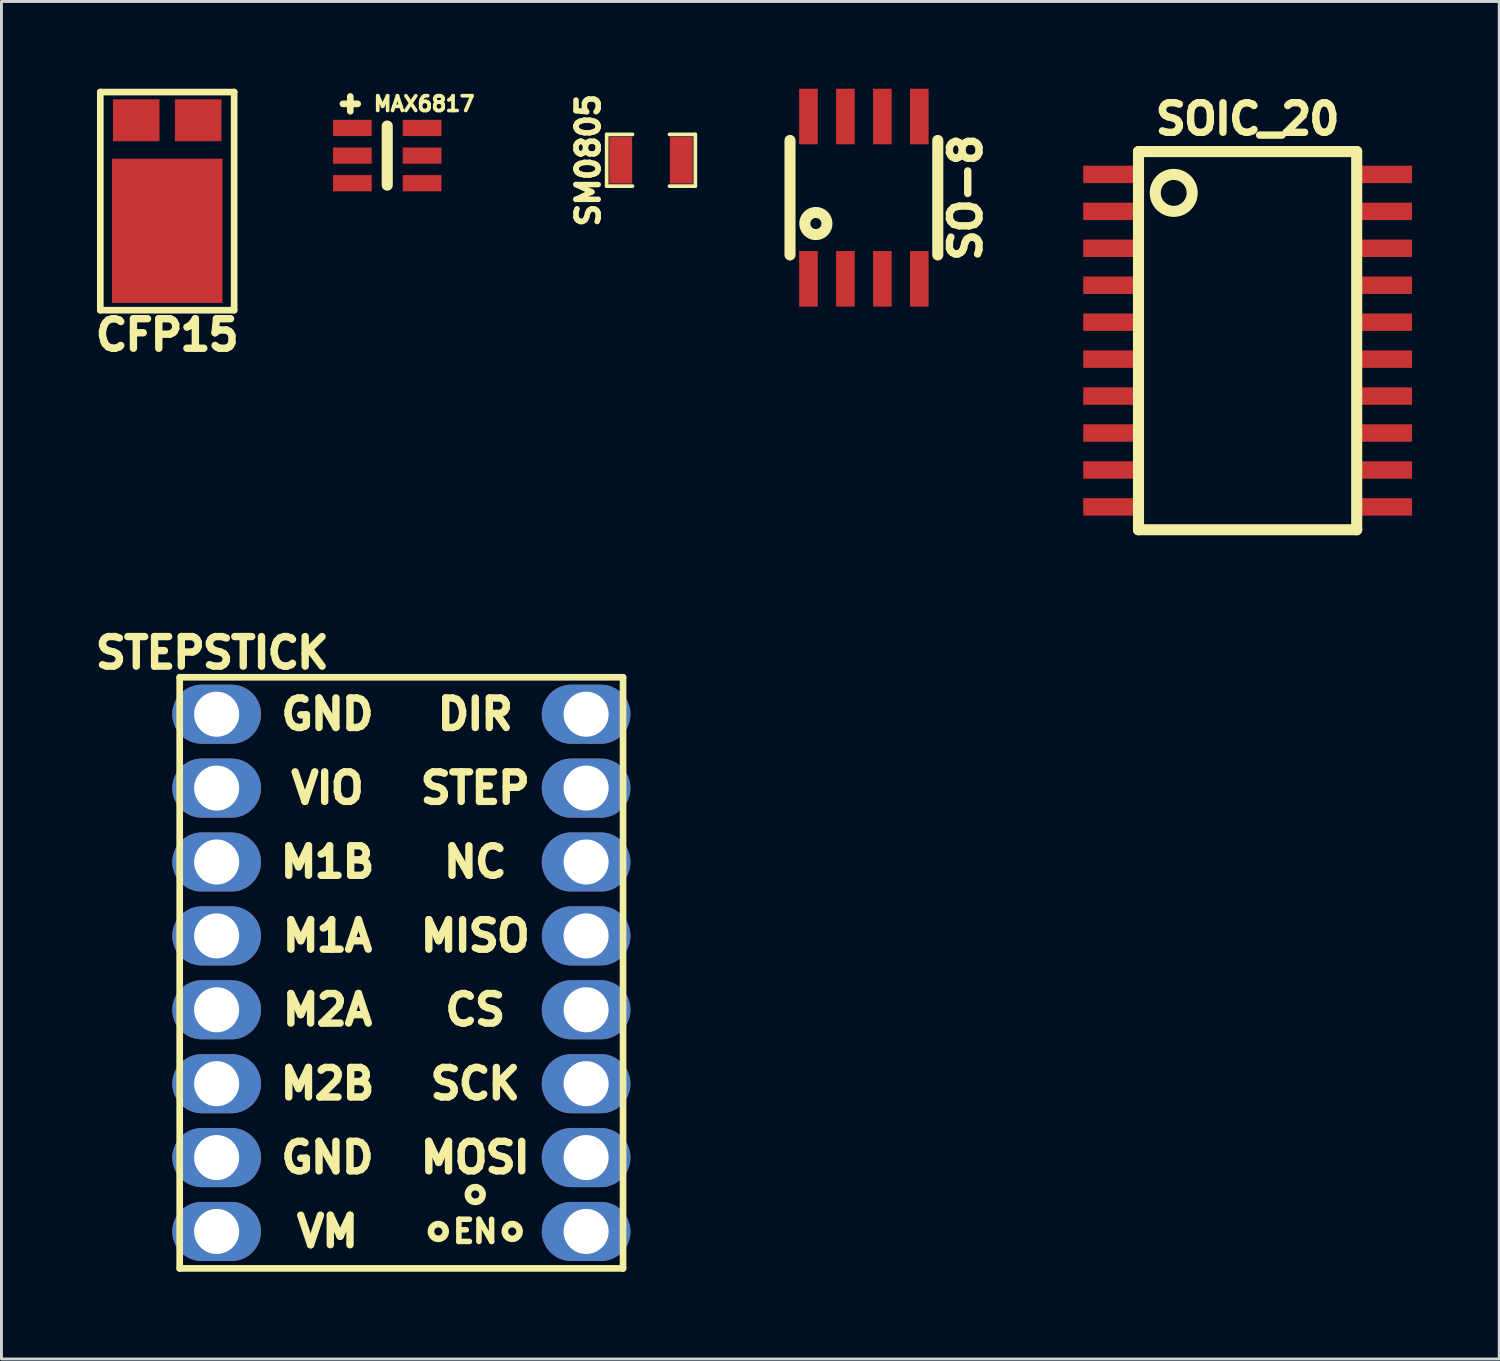
<source format=kicad_pcb>
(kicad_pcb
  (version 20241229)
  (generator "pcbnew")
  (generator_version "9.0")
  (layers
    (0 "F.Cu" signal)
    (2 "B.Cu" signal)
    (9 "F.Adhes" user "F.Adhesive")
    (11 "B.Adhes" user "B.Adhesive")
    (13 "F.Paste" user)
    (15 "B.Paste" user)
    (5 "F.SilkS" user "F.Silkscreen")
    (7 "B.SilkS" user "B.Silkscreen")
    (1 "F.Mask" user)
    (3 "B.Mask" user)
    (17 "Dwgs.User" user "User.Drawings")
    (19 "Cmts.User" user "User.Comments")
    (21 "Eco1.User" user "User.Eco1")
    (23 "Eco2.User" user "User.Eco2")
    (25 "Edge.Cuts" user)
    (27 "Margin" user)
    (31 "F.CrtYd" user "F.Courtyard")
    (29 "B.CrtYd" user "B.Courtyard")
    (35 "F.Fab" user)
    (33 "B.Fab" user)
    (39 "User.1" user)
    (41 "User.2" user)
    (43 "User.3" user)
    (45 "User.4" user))
  (footprint "STEPSTICK"
    (layer "F.Cu")
    (at 10.747 30.391)
    (property "Reference" "STEPSTICK" (at -6.5 -11 0) (layer "F.SilkS") (effects (font (size 1.016 1.016) (thickness 0.254))))
    (attr through_hole)
    (fp_line (start -7.62 -10.16) (end -7.62 10.16) (stroke (width 0.229) (type solid)) (layer "F.SilkS"))
    (fp_line (start -7.62 10.16) (end 7.62 10.16) (stroke (width 0.229) (type solid)) (layer "F.SilkS"))
    (fp_line (start 7.62 -10.16) (end -7.62 -10.16) (stroke (width 0.229) (type solid)) (layer "F.SilkS"))
    (fp_line (start 7.62 10.16) (end 7.62 -10.16) (stroke (width 0.229) (type solid)) (layer "F.SilkS"))
    (fp_circle (center 1.27 8.89) (end 1.27 8.636) (stroke (width 0.229) (type solid)) (fill no) (layer "F.SilkS"))
    (fp_circle (center 2.54 7.62) (end 2.54 7.366) (stroke (width 0.229) (type solid)) (fill no) (layer "F.SilkS"))
    (fp_circle (center 3.81 8.89) (end 3.81 8.636) (stroke (width 0.229) (type solid)) (fill no) (layer "F.SilkS"))
    (fp_text user "STEP" (at 2.54 -6.35 0) (layer "F.SilkS") (effects (font (size 1.016 1.016) (thickness 0.254))))
    (fp_text user "CS" (at 2.54 1.27 0) (layer "F.SilkS") (effects (font (size 1.016 1.016) (thickness 0.254))))
    (fp_text user "GND" (at -2.54 -8.89 0) (layer "F.SilkS") (effects (font (size 1.016 1.016) (thickness 0.254))))
    (fp_text user "MISO" (at 2.54 -1.27 0) (layer "F.SilkS") (effects (font (size 1.016 1.016) (thickness 0.254))))
    (fp_text user "VM" (at -2.54 8.89 0) (layer "F.SilkS") (effects (font (size 1.016 1.016) (thickness 0.254))))
    (fp_text user "M1B" (at -2.54 -3.81 0) (layer "F.SilkS") (effects (font (size 1.016 1.016) (thickness 0.254))))
    (fp_text user "SCK" (at 2.54 3.81 0) (layer "F.SilkS") (effects (font (size 1.016 1.016) (thickness 0.254))))
    (fp_text user "VIO" (at -2.54 -6.35 0) (layer "F.SilkS") (effects (font (size 1.016 1.016) (thickness 0.254))))
    (fp_text user "MOSI" (at 2.54 6.35 0) (layer "F.SilkS") (effects (font (size 1.016 1.016) (thickness 0.254))))
    (fp_text user "GND" (at -2.54 6.35 0) (layer "F.SilkS") (effects (font (size 1.016 1.016) (thickness 0.254))))
    (fp_text user "EN" (at 2.54 8.89 0) (layer "F.SilkS") (effects (font (size 0.762 0.762) (thickness 0.191))))
    (fp_text user "NC" (at 2.54 -3.81 0) (layer "F.SilkS") (effects (font (size 1.016 1.016) (thickness 0.254))))
    (fp_text user "DIR" (at 2.54 -8.89 0) (layer "F.SilkS") (effects (font (size 1.016 1.016) (thickness 0.254))))
    (fp_text user "M2B" (at -2.54 3.81 0) (layer "F.SilkS") (effects (font (size 1.016 1.016) (thickness 0.254))))
    (fp_text user "M1A" (at -2.54 -1.27 0) (layer "F.SilkS") (effects (font (size 1.016 1.016) (thickness 0.254))))
    (fp_text user "M2A" (at -2.54 1.27 0) (layer "F.SilkS") (effects (font (size 1.016 1.016) (thickness 0.254))))
    (pad "1" thru_hole oval (at 6.35 -8.89) (size 3.048 2.032) (drill 1.549) (layers "*.Cu" "*.Mask"))
    (pad "2" thru_hole oval (at 6.35 -6.35) (size 3.048 2.032) (drill 1.549) (layers "*.Cu" "*.Mask"))
    (pad "3" thru_hole oval (at 6.35 -3.81) (size 3.048 2.032) (drill 1.549) (layers "*.Cu" "*.Mask"))
    (pad "4" thru_hole oval (at 6.35 -1.27) (size 3.048 2.032) (drill 1.549) (layers "*.Cu" "*.Mask"))
    (pad "5" thru_hole oval (at 6.35 1.27) (size 3.048 2.032) (drill 1.549) (layers "*.Cu" "*.Mask"))
    (pad "6" thru_hole oval (at 6.35 3.81) (size 3.048 2.032) (drill 1.549) (layers "*.Cu" "*.Mask"))
    (pad "7" thru_hole oval (at 6.35 6.35) (size 3.048 2.032) (drill 1.549) (layers "*.Cu" "*.Mask"))
    (pad "8" thru_hole oval (at 6.35 8.89) (size 3.048 2.032) (drill 1.549) (layers "*.Cu" "*.Mask"))
    (pad "9" thru_hole oval (at -6.35 8.89) (size 3.048 2.032) (drill 1.549) (layers "*.Cu" "*.Mask"))
    (pad "10" thru_hole oval (at -6.35 6.35) (size 3.048 2.032) (drill 1.549) (layers "*.Cu" "*.Mask"))
    (pad "11" thru_hole oval (at -6.35 3.81) (size 3.048 2.032) (drill 1.549) (layers "*.Cu" "*.Mask"))
    (pad "12" thru_hole oval (at -6.35 1.27) (size 3.048 2.032) (drill 1.549) (layers "*.Cu" "*.Mask"))
    (pad "13" thru_hole oval (at -6.35 -1.27) (size 3.048 2.032) (drill 1.549) (layers "*.Cu" "*.Mask"))
    (pad "14" thru_hole oval (at -6.35 -3.81) (size 3.048 2.032) (drill 1.549) (layers "*.Cu" "*.Mask"))
    (pad "15" thru_hole oval (at -6.35 -6.35) (size 3.048 2.032) (drill 1.549) (layers "*.Cu" "*.Mask"))
    (pad "16" thru_hole oval (at -6.35 -8.89) (size 3.048 2.032) (drill 1.549) (layers "*.Cu" "*.Mask")))
  (footprint "SOIC_20"
    (layer "F.Cu")
    (at 39.836 8.66)
    (property "Reference" "SOIC_20" (at 0 -7.62 0) (layer "F.SilkS") (effects (font (size 1.016 1.016) (thickness 0.254))))
    (attr through_hole)
    (fp_line (start -3.75 -6.5) (end -3.75 6.5) (stroke (width 0.381) (type solid)) (layer "F.SilkS"))
    (fp_line (start -3.75 6.5) (end 3.75 6.5) (stroke (width 0.381) (type solid)) (layer "F.SilkS"))
    (fp_line (start 3.75 -6.5) (end -3.75 -6.5) (stroke (width 0.381) (type solid)) (layer "F.SilkS"))
    (fp_line (start 3.75 6.5) (end 3.75 -6.5) (stroke (width 0.381) (type solid)) (layer "F.SilkS"))
    (fp_circle (center -2.54 -5.08) (end -2.54 -5.715) (stroke (width 0.381) (type solid)) (fill no) (layer "F.SilkS"))
    (pad "1" smd rect (at -4.65 -5.715) (size 2 0.6) (layers "F.Cu" "F.Mask" "F.Paste"))
    (pad "2" smd rect (at -4.65 -4.445) (size 2 0.6) (layers "F.Cu" "F.Mask" "F.Paste"))
    (pad "3" smd rect (at -4.65 -3.175) (size 2 0.6) (layers "F.Cu" "F.Mask" "F.Paste"))
    (pad "4" smd rect (at -4.65 -1.905) (size 2 0.6) (layers "F.Cu" "F.Mask" "F.Paste"))
    (pad "5" smd rect (at -4.65 -0.635) (size 2 0.6) (layers "F.Cu" "F.Mask" "F.Paste"))
    (pad "6" smd rect (at -4.65 0.635) (size 2 0.6) (layers "F.Cu" "F.Mask" "F.Paste"))
    (pad "7" smd rect (at -4.65 1.905) (size 2 0.6) (layers "F.Cu" "F.Mask" "F.Paste"))
    (pad "8" smd rect (at -4.65 3.175) (size 2 0.6) (layers "F.Cu" "F.Mask" "F.Paste"))
    (pad "9" smd rect (at -4.65 4.445) (size 2 0.6) (layers "F.Cu" "F.Mask" "F.Paste"))
    (pad "10" smd rect (at -4.65 5.715) (size 2 0.6) (layers "F.Cu" "F.Mask" "F.Paste"))
    (pad "11" smd rect (at 4.65 5.715) (size 2 0.6) (layers "F.Cu" "F.Mask" "F.Paste"))
    (pad "12" smd rect (at 4.65 4.445) (size 2 0.6) (layers "F.Cu" "F.Mask" "F.Paste"))
    (pad "13" smd rect (at 4.65 3.175) (size 2 0.6) (layers "F.Cu" "F.Mask" "F.Paste"))
    (pad "14" smd rect (at 4.65 1.905) (size 2 0.6) (layers "F.Cu" "F.Mask" "F.Paste"))
    (pad "15" smd rect (at 4.65 0.635) (size 2 0.6) (layers "F.Cu" "F.Mask" "F.Paste"))
    (pad "16" smd rect (at 4.65 -0.635) (size 2 0.6) (layers "F.Cu" "F.Mask" "F.Paste"))
    (pad "17" smd rect (at 4.65 -1.905) (size 2 0.6) (layers "F.Cu" "F.Mask" "F.Paste"))
    (pad "18" smd rect (at 4.65 -3.175) (size 2 0.6) (layers "F.Cu" "F.Mask" "F.Paste"))
    (pad "19" smd rect (at 4.65 -4.445) (size 2 0.6) (layers "F.Cu" "F.Mask" "F.Paste"))
    (pad "20" smd rect (at 4.65 -5.715) (size 2 0.6) (layers "F.Cu" "F.Mask" "F.Paste")))
  (footprint "SO-8"
    (layer "F.Cu")
    (at 26.646 3.745)
    (property "Reference" "SO-8" (at 3.5 0 90) (layer "F.SilkS") (effects (font (size 1.016 1.016) (thickness 0.254))))
    (attr through_hole)
    (fp_line (start -2.54 -1.968) (end -2.54 1.968) (stroke (width 0.381) (type solid)) (layer "F.SilkS"))
    (fp_line (start 2.54 -1.968) (end 2.54 1.968) (stroke (width 0.381) (type solid)) (layer "F.SilkS"))
    (fp_circle (center -1.651 0.889) (end -1.651 0.508) (stroke (width 0.381) (type solid)) (fill no) (layer "F.SilkS"))
    (pad "1" smd rect (at -1.905 2.79) (size 0.64 1.91) (layers "F.Cu" "F.Mask" "F.Paste"))
    (pad "2" smd rect (at -0.635 2.79) (size 0.64 1.91) (layers "F.Cu" "F.Mask" "F.Paste"))
    (pad "3" smd rect (at 0.635 2.79) (size 0.64 1.91) (layers "F.Cu" "F.Mask" "F.Paste"))
    (pad "4" smd rect (at 1.905 2.79) (size 0.64 1.91) (layers "F.Cu" "F.Mask" "F.Paste"))
    (pad "5" smd rect (at 1.905 -2.79) (size 0.64 1.91) (layers "F.Cu" "F.Mask" "F.Paste"))
    (pad "6" smd rect (at 0.635 -2.79) (size 0.64 1.91) (layers "F.Cu" "F.Mask" "F.Paste"))
    (pad "7" smd rect (at -0.635 -2.79) (size 0.64 1.91) (layers "F.Cu" "F.Mask" "F.Paste"))
    (pad "8" smd rect (at -1.905 -2.79) (size 0.64 1.91) (layers "F.Cu" "F.Mask" "F.Paste")))
  (footprint "MAX6817"
    (layer "F.Cu")
    (at 10.261 2.298)
    (property "Reference" "MAX6817" (at 1.27 -1.778 0) (layer "F.SilkS") (effects (font (size 0.508 0.508) (thickness 0.127))))
    (attr through_hole)
    (fp_line (start -1.524 -1.778) (end -1.016 -1.778) (stroke (width 0.229) (type solid)) (layer "F.SilkS"))
    (fp_line (start -1.27 -2.032) (end -1.27 -1.524) (stroke (width 0.229) (type solid)) (layer "F.SilkS"))
    (fp_line (start 0 -1.016) (end 0 1.016) (stroke (width 0.381) (type solid)) (layer "F.SilkS"))
    (pad "1" smd rect (at -1.199 -0.95) (size 1.331 0.559) (layers "F.Cu" "F.Mask" "F.Paste"))
    (pad "2" smd rect (at -1.199 0) (size 1.331 0.559) (layers "F.Cu" "F.Mask" "F.Paste"))
    (pad "3" smd rect (at -1.199 0.95) (size 1.331 0.559) (layers "F.Cu" "F.Mask" "F.Paste"))
    (pad "4" smd rect (at 1.199 0.95) (size 1.331 0.559) (layers "F.Cu" "F.Mask" "F.Paste"))
    (pad "5" smd rect (at 1.199 0) (size 1.331 0.559) (layers "F.Cu" "F.Mask" "F.Paste"))
    (pad "6" smd rect (at 1.199 -0.95) (size 1.331 0.559) (layers "F.Cu" "F.Mask" "F.Paste")))
  (footprint "CFP15"
    (layer "F.Cu")
    (at 2.698 3.864)
    (property "Reference" "CFP15" (at 0 4.6 0) (layer "F.SilkS") (effects (font (size 1.016 1.016) (thickness 0.254))))
    (attr through_hole)
    (fp_line (start -2.3 -3.75) (end 2.3 -3.75) (stroke (width 0.229) (type solid)) (layer "F.SilkS"))
    (fp_line (start -2.3 3.75) (end -2.3 -3.75) (stroke (width 0.229) (type solid)) (layer "F.SilkS"))
    (fp_line (start 2.3 -3.75) (end 2.3 3.75) (stroke (width 0.229) (type solid)) (layer "F.SilkS"))
    (fp_line (start 2.3 3.75) (end -2.3 3.75) (stroke (width 0.229) (type solid)) (layer "F.SilkS"))
    (pad "1" smd rect (at 0 1.02) (size 3.8 4.96) (layers "F.Cu" "F.Mask" "F.Paste"))
    (pad "2" smd rect (at -1.065 -2.78) (size 1.6 1.44) (layers "F.Cu" "F.Mask" "F.Paste"))
    (pad "2" smd rect (at 1.065 -2.78) (size 1.6 1.44) (layers "F.Cu" "F.Mask" "F.Paste")))
  (footprint "SM0805"
    (layer "F.Cu")
    (at 19.328 2.459)
    (property "Reference" "SM0805" (at -2.159 0 90) (layer "F.SilkS") (effects (font (size 0.762 0.762) (thickness 0.191))))
    (attr smd)
    (fp_line (start -1.524 -0.889) (end -1.524 0.889) (stroke (width 0.127) (type solid)) (layer "F.SilkS"))
    (fp_line (start -1.524 0.889) (end -0.635 0.889) (stroke (width 0.127) (type solid)) (layer "F.SilkS"))
    (fp_line (start -0.635 -0.889) (end -1.524 -0.889) (stroke (width 0.127) (type solid)) (layer "F.SilkS"))
    (fp_line (start 0.635 -0.889) (end 1.524 -0.889) (stroke (width 0.127) (type solid)) (layer "F.SilkS"))
    (fp_line (start 1.524 -0.889) (end 1.524 0.889) (stroke (width 0.127) (type solid)) (layer "F.SilkS"))
    (fp_line (start 1.524 0.889) (end 0.635 0.889) (stroke (width 0.127) (type solid)) (layer "F.SilkS"))
    (pad "1" smd rect (at -1.041 0) (size 0.787 1.6) (layers "F.Cu" "F.Mask" "F.Paste"))
    (pad "2" smd rect (at 1.041 0) (size 0.787 1.6) (layers "F.Cu" "F.Mask" "F.Paste")))
  (gr_rect
    (start -3 -3)
    (end 48.486 43.665)
    (stroke (width 0.1) (type default))
    (fill no)
    (layer "Edge.Cuts")))
</source>
